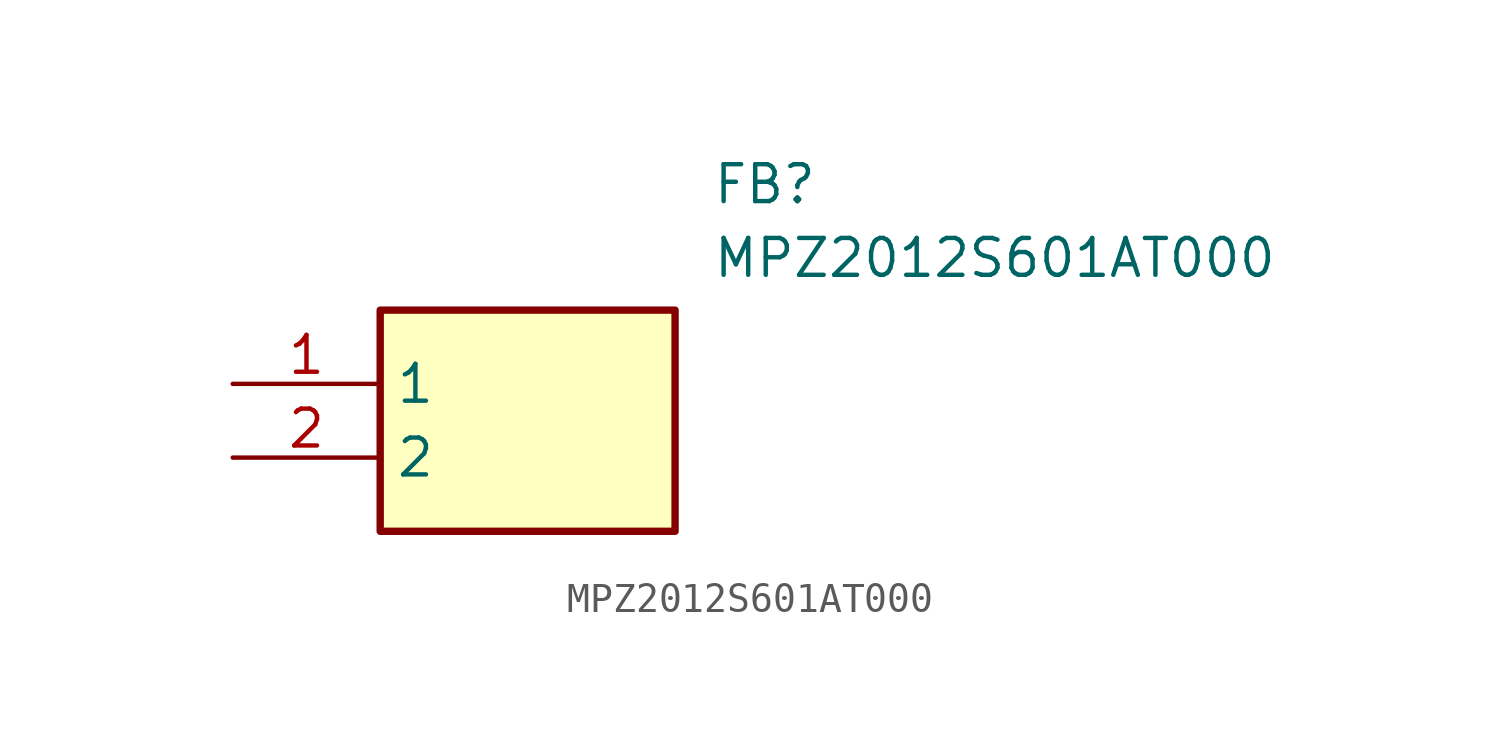
<source format=kicad_sym>
(kicad_symbol_lib
  (version 20211014)
  (generator SamacSys_ECAD_Model)
  (symbol "MPZ2012S601AT000"
    (property "Reference" "FB"
      (at 16.51 7.62 0)
      (effects (font (size 1.27 1.27)) (justify left top)))
    (property "Value" "MPZ2012S601AT000"
      (at 16.51 5.08 0)
      (effects (font (size 1.27 1.27)) (justify left top)))
    (rectangle
      (start 5.08 2.54)
      (end 15.24 -5.08)
      (stroke (width 0.254) (type default))
      (fill (type background)))
    (pin passive line
      (at 0 0 0)
      (length 5.08)
      (name "1" (effects (font (size 1.27 1.27))))
      (number "1" (effects (font (size 1.27 1.27)))))
    (pin passive line
      (at 0 -2.54 0)
      (length 5.08)
      (name "2" (effects (font (size 1.27 1.27))))
      (number "2" (effects (font (size 1.27 1.27)))))))
</source>
